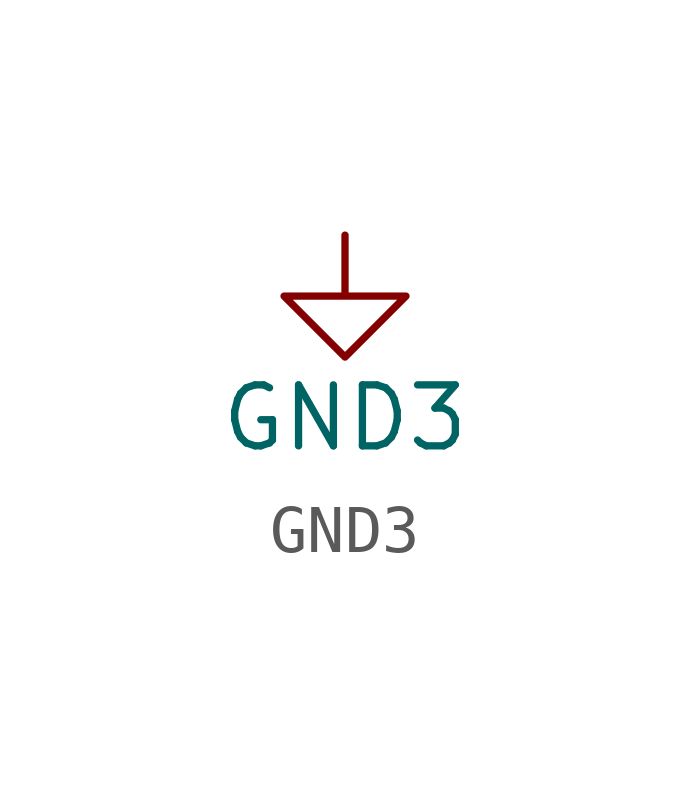
<source format=kicad_sym>
(kicad_symbol_lib
  (version 20220914)
  (generator kicad_symbol_editor)
  (symbol "GND3"
    (power)
    (pin_names
      (offset 0))
    (property "Reference" "#PWR"
      (at 0 -6.35 0)
      (effects (font (size 1.27 1.27)) hide))
    (property "Value" "GND3"
      (at 0 -3.81 0)
      (effects (font (size 1.27 1.27))))
    (symbol "GND3_0_1"
      (polyline (pts (xy 0 0) (xy 0 -1.27) (xy 1.27 -1.27) (xy 0 -2.54) (xy -1.27 -1.27) (xy 0 -1.27)) (stroke (width 0) (type solid)) (fill (type none))))
    (symbol "GND3_1_1"
      (pin power_in line (at 0 0 270) (length 0) hide (name "GND3" (effects (font (size 1.27 1.27)))) (number "1" (effects (font (size 1.27 1.27))))))))
</source>
